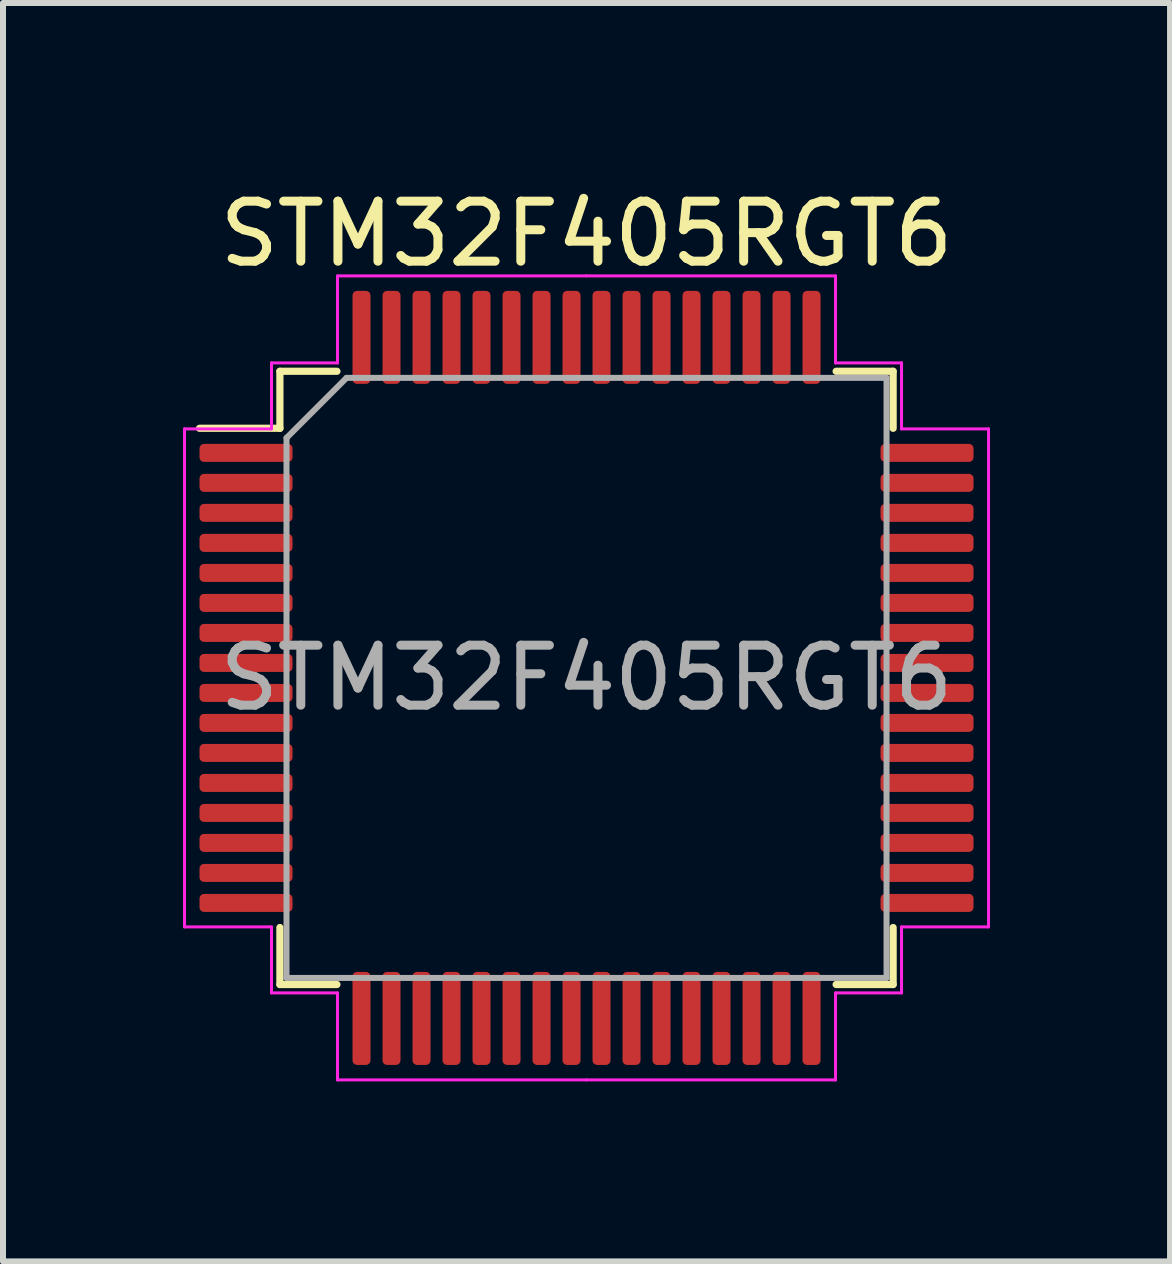
<source format=kicad_pcb>
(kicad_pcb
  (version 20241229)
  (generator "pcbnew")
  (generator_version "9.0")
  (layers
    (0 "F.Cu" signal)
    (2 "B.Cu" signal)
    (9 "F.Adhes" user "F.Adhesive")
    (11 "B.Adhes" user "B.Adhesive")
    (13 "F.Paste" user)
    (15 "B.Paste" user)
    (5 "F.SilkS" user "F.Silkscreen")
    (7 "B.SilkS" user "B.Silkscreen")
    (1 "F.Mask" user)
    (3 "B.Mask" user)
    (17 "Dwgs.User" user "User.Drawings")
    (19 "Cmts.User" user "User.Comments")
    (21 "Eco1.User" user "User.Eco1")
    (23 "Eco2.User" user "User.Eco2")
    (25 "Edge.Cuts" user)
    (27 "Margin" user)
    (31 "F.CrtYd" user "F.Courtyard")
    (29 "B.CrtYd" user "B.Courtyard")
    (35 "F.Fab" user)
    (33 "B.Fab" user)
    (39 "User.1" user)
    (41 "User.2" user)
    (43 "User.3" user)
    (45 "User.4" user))
  (footprint "STM32F405RGT6"
    (layer "F.Cu")
    (at 6.725 8.248)
    (property "Reference" "STM32F405RGT6" (at 0 -7.4 0) (layer "F.SilkS") (effects (font (size 1 1) (thickness 0.15))))
    (attr smd)
    (fp_line (start -5.11 -5.11) (end -5.11 -4.16) (stroke (width 0.12) (type solid)) (layer "F.SilkS"))
    (fp_line (start -5.11 -4.16) (end -6.45 -4.16) (stroke (width 0.12) (type solid)) (layer "F.SilkS"))
    (fp_line (start -5.11 5.11) (end -5.11 4.16) (stroke (width 0.12) (type solid)) (layer "F.SilkS"))
    (fp_line (start -4.16 -5.11) (end -5.11 -5.11) (stroke (width 0.12) (type solid)) (layer "F.SilkS"))
    (fp_line (start -4.16 5.11) (end -5.11 5.11) (stroke (width 0.12) (type solid)) (layer "F.SilkS"))
    (fp_line (start 4.16 -5.11) (end 5.11 -5.11) (stroke (width 0.12) (type solid)) (layer "F.SilkS"))
    (fp_line (start 4.16 5.11) (end 5.11 5.11) (stroke (width 0.12) (type solid)) (layer "F.SilkS"))
    (fp_line (start 5.11 -5.11) (end 5.11 -4.16) (stroke (width 0.12) (type solid)) (layer "F.SilkS"))
    (fp_line (start 5.11 5.11) (end 5.11 4.16) (stroke (width 0.12) (type solid)) (layer "F.SilkS"))
    (fp_line (start -6.7 -4.15) (end -6.7 0) (stroke (width 0.05) (type solid)) (layer "F.CrtYd"))
    (fp_line (start -6.7 4.15) (end -6.7 0) (stroke (width 0.05) (type solid)) (layer "F.CrtYd"))
    (fp_line (start -5.25 -5.25) (end -5.25 -4.15) (stroke (width 0.05) (type solid)) (layer "F.CrtYd"))
    (fp_line (start -5.25 -4.15) (end -6.7 -4.15) (stroke (width 0.05) (type solid)) (layer "F.CrtYd"))
    (fp_line (start -5.25 4.15) (end -6.7 4.15) (stroke (width 0.05) (type solid)) (layer "F.CrtYd"))
    (fp_line (start -5.25 5.25) (end -5.25 4.15) (stroke (width 0.05) (type solid)) (layer "F.CrtYd"))
    (fp_line (start -4.15 -6.7) (end -4.15 -5.25) (stroke (width 0.05) (type solid)) (layer "F.CrtYd"))
    (fp_line (start -4.15 -5.25) (end -5.25 -5.25) (stroke (width 0.05) (type solid)) (layer "F.CrtYd"))
    (fp_line (start -4.15 5.25) (end -5.25 5.25) (stroke (width 0.05) (type solid)) (layer "F.CrtYd"))
    (fp_line (start -4.15 6.7) (end -4.15 5.25) (stroke (width 0.05) (type solid)) (layer "F.CrtYd"))
    (fp_line (start 0 -6.7) (end -4.15 -6.7) (stroke (width 0.05) (type solid)) (layer "F.CrtYd"))
    (fp_line (start 0 -6.7) (end 4.15 -6.7) (stroke (width 0.05) (type solid)) (layer "F.CrtYd"))
    (fp_line (start 0 6.7) (end -4.15 6.7) (stroke (width 0.05) (type solid)) (layer "F.CrtYd"))
    (fp_line (start 0 6.7) (end 4.15 6.7) (stroke (width 0.05) (type solid)) (layer "F.CrtYd"))
    (fp_line (start 4.15 -6.7) (end 4.15 -5.25) (stroke (width 0.05) (type solid)) (layer "F.CrtYd"))
    (fp_line (start 4.15 -5.25) (end 5.25 -5.25) (stroke (width 0.05) (type solid)) (layer "F.CrtYd"))
    (fp_line (start 4.15 5.25) (end 5.25 5.25) (stroke (width 0.05) (type solid)) (layer "F.CrtYd"))
    (fp_line (start 4.15 6.7) (end 4.15 5.25) (stroke (width 0.05) (type solid)) (layer "F.CrtYd"))
    (fp_line (start 5.25 -5.25) (end 5.25 -4.15) (stroke (width 0.05) (type solid)) (layer "F.CrtYd"))
    (fp_line (start 5.25 -4.15) (end 6.7 -4.15) (stroke (width 0.05) (type solid)) (layer "F.CrtYd"))
    (fp_line (start 5.25 4.15) (end 6.7 4.15) (stroke (width 0.05) (type solid)) (layer "F.CrtYd"))
    (fp_line (start 5.25 5.25) (end 5.25 4.15) (stroke (width 0.05) (type solid)) (layer "F.CrtYd"))
    (fp_line (start 6.7 -4.15) (end 6.7 0) (stroke (width 0.05) (type solid)) (layer "F.CrtYd"))
    (fp_line (start 6.7 4.15) (end 6.7 0) (stroke (width 0.05) (type solid)) (layer "F.CrtYd"))
    (fp_line (start -5 -4) (end -4 -5) (stroke (width 0.1) (type solid)) (layer "F.Fab"))
    (fp_line (start -5 5) (end -5 -4) (stroke (width 0.1) (type solid)) (layer "F.Fab"))
    (fp_line (start -4 -5) (end 5 -5) (stroke (width 0.1) (type solid)) (layer "F.Fab"))
    (fp_line (start 5 -5) (end 5 5) (stroke (width 0.1) (type solid)) (layer "F.Fab"))
    (fp_line (start 5 5) (end -5 5) (stroke (width 0.1) (type solid)) (layer "F.Fab"))
    (fp_text user "${REFERENCE}" (at 0 0 0) (layer "F.Fab") (effects (font (size 1 1) (thickness 0.15))))
    (pad "1" smd roundrect (at -5.675 -3.75) (size 1.55 0.3) (layers "F.Cu" "F.Mask" "F.Paste") (roundrect_rratio 0.25))
    (pad "2" smd roundrect (at -5.675 -3.25) (size 1.55 0.3) (layers "F.Cu" "F.Mask" "F.Paste") (roundrect_rratio 0.25))
    (pad "3" smd roundrect (at -5.675 -2.75) (size 1.55 0.3) (layers "F.Cu" "F.Mask" "F.Paste") (roundrect_rratio 0.25))
    (pad "4" smd roundrect (at -5.675 -2.25) (size 1.55 0.3) (layers "F.Cu" "F.Mask" "F.Paste") (roundrect_rratio 0.25))
    (pad "5" smd roundrect (at -5.675 -1.75) (size 1.55 0.3) (layers "F.Cu" "F.Mask" "F.Paste") (roundrect_rratio 0.25))
    (pad "6" smd roundrect (at -5.675 -1.25) (size 1.55 0.3) (layers "F.Cu" "F.Mask" "F.Paste") (roundrect_rratio 0.25))
    (pad "7" smd roundrect (at -5.675 -0.75) (size 1.55 0.3) (layers "F.Cu" "F.Mask" "F.Paste") (roundrect_rratio 0.25))
    (pad "8" smd roundrect (at -5.675 -0.25) (size 1.55 0.3) (layers "F.Cu" "F.Mask" "F.Paste") (roundrect_rratio 0.25))
    (pad "9" smd roundrect (at -5.675 0.25) (size 1.55 0.3) (layers "F.Cu" "F.Mask" "F.Paste") (roundrect_rratio 0.25))
    (pad "10" smd roundrect (at -5.675 0.75) (size 1.55 0.3) (layers "F.Cu" "F.Mask" "F.Paste") (roundrect_rratio 0.25))
    (pad "11" smd roundrect (at -5.675 1.25) (size 1.55 0.3) (layers "F.Cu" "F.Mask" "F.Paste") (roundrect_rratio 0.25))
    (pad "12" smd roundrect (at -5.675 1.75) (size 1.55 0.3) (layers "F.Cu" "F.Mask" "F.Paste") (roundrect_rratio 0.25))
    (pad "13" smd roundrect (at -5.675 2.25) (size 1.55 0.3) (layers "F.Cu" "F.Mask" "F.Paste") (roundrect_rratio 0.25))
    (pad "14" smd roundrect (at -5.675 2.75) (size 1.55 0.3) (layers "F.Cu" "F.Mask" "F.Paste") (roundrect_rratio 0.25))
    (pad "15" smd roundrect (at -5.675 3.25) (size 1.55 0.3) (layers "F.Cu" "F.Mask" "F.Paste") (roundrect_rratio 0.25))
    (pad "16" smd roundrect (at -5.675 3.75) (size 1.55 0.3) (layers "F.Cu" "F.Mask" "F.Paste") (roundrect_rratio 0.25))
    (pad "17" smd roundrect (at -3.75 5.675) (size 0.3 1.55) (layers "F.Cu" "F.Mask" "F.Paste") (roundrect_rratio 0.25))
    (pad "18" smd roundrect (at -3.25 5.675) (size 0.3 1.55) (layers "F.Cu" "F.Mask" "F.Paste") (roundrect_rratio 0.25))
    (pad "19" smd roundrect (at -2.75 5.675) (size 0.3 1.55) (layers "F.Cu" "F.Mask" "F.Paste") (roundrect_rratio 0.25))
    (pad "20" smd roundrect (at -2.25 5.675) (size 0.3 1.55) (layers "F.Cu" "F.Mask" "F.Paste") (roundrect_rratio 0.25))
    (pad "21" smd roundrect (at -1.75 5.675) (size 0.3 1.55) (layers "F.Cu" "F.Mask" "F.Paste") (roundrect_rratio 0.25))
    (pad "22" smd roundrect (at -1.25 5.675) (size 0.3 1.55) (layers "F.Cu" "F.Mask" "F.Paste") (roundrect_rratio 0.25))
    (pad "23" smd roundrect (at -0.75 5.675) (size 0.3 1.55) (layers "F.Cu" "F.Mask" "F.Paste") (roundrect_rratio 0.25))
    (pad "24" smd roundrect (at -0.25 5.675) (size 0.3 1.55) (layers "F.Cu" "F.Mask" "F.Paste") (roundrect_rratio 0.25))
    (pad "25" smd roundrect (at 0.25 5.675) (size 0.3 1.55) (layers "F.Cu" "F.Mask" "F.Paste") (roundrect_rratio 0.25))
    (pad "26" smd roundrect (at 0.75 5.675) (size 0.3 1.55) (layers "F.Cu" "F.Mask" "F.Paste") (roundrect_rratio 0.25))
    (pad "27" smd roundrect (at 1.25 5.675) (size 0.3 1.55) (layers "F.Cu" "F.Mask" "F.Paste") (roundrect_rratio 0.25))
    (pad "28" smd roundrect (at 1.75 5.675) (size 0.3 1.55) (layers "F.Cu" "F.Mask" "F.Paste") (roundrect_rratio 0.25))
    (pad "29" smd roundrect (at 2.25 5.675) (size 0.3 1.55) (layers "F.Cu" "F.Mask" "F.Paste") (roundrect_rratio 0.25))
    (pad "30" smd roundrect (at 2.75 5.675) (size 0.3 1.55) (layers "F.Cu" "F.Mask" "F.Paste") (roundrect_rratio 0.25))
    (pad "31" smd roundrect (at 3.25 5.675) (size 0.3 1.55) (layers "F.Cu" "F.Mask" "F.Paste") (roundrect_rratio 0.25))
    (pad "32" smd roundrect (at 3.75 5.675) (size 0.3 1.55) (layers "F.Cu" "F.Mask" "F.Paste") (roundrect_rratio 0.25))
    (pad "33" smd roundrect (at 5.675 3.75) (size 1.55 0.3) (layers "F.Cu" "F.Mask" "F.Paste") (roundrect_rratio 0.25))
    (pad "34" smd roundrect (at 5.675 3.25) (size 1.55 0.3) (layers "F.Cu" "F.Mask" "F.Paste") (roundrect_rratio 0.25))
    (pad "35" smd roundrect (at 5.675 2.75) (size 1.55 0.3) (layers "F.Cu" "F.Mask" "F.Paste") (roundrect_rratio 0.25))
    (pad "36" smd roundrect (at 5.675 2.25) (size 1.55 0.3) (layers "F.Cu" "F.Mask" "F.Paste") (roundrect_rratio 0.25))
    (pad "37" smd roundrect (at 5.675 1.75) (size 1.55 0.3) (layers "F.Cu" "F.Mask" "F.Paste") (roundrect_rratio 0.25))
    (pad "38" smd roundrect (at 5.675 1.25) (size 1.55 0.3) (layers "F.Cu" "F.Mask" "F.Paste") (roundrect_rratio 0.25))
    (pad "39" smd roundrect (at 5.675 0.75) (size 1.55 0.3) (layers "F.Cu" "F.Mask" "F.Paste") (roundrect_rratio 0.25))
    (pad "40" smd roundrect (at 5.675 0.25) (size 1.55 0.3) (layers "F.Cu" "F.Mask" "F.Paste") (roundrect_rratio 0.25))
    (pad "41" smd roundrect (at 5.675 -0.25) (size 1.55 0.3) (layers "F.Cu" "F.Mask" "F.Paste") (roundrect_rratio 0.25))
    (pad "42" smd roundrect (at 5.675 -0.75) (size 1.55 0.3) (layers "F.Cu" "F.Mask" "F.Paste") (roundrect_rratio 0.25))
    (pad "43" smd roundrect (at 5.675 -1.25) (size 1.55 0.3) (layers "F.Cu" "F.Mask" "F.Paste") (roundrect_rratio 0.25))
    (pad "44" smd roundrect (at 5.675 -1.75) (size 1.55 0.3) (layers "F.Cu" "F.Mask" "F.Paste") (roundrect_rratio 0.25))
    (pad "45" smd roundrect (at 5.675 -2.25) (size 1.55 0.3) (layers "F.Cu" "F.Mask" "F.Paste") (roundrect_rratio 0.25))
    (pad "46" smd roundrect (at 5.675 -2.75) (size 1.55 0.3) (layers "F.Cu" "F.Mask" "F.Paste") (roundrect_rratio 0.25))
    (pad "47" smd roundrect (at 5.675 -3.25) (size 1.55 0.3) (layers "F.Cu" "F.Mask" "F.Paste") (roundrect_rratio 0.25))
    (pad "48" smd roundrect (at 5.675 -3.75) (size 1.55 0.3) (layers "F.Cu" "F.Mask" "F.Paste") (roundrect_rratio 0.25))
    (pad "49" smd roundrect (at 3.75 -5.675) (size 0.3 1.55) (layers "F.Cu" "F.Mask" "F.Paste") (roundrect_rratio 0.25))
    (pad "50" smd roundrect (at 3.25 -5.675) (size 0.3 1.55) (layers "F.Cu" "F.Mask" "F.Paste") (roundrect_rratio 0.25))
    (pad "51" smd roundrect (at 2.75 -5.675) (size 0.3 1.55) (layers "F.Cu" "F.Mask" "F.Paste") (roundrect_rratio 0.25))
    (pad "52" smd roundrect (at 2.25 -5.675) (size 0.3 1.55) (layers "F.Cu" "F.Mask" "F.Paste") (roundrect_rratio 0.25))
    (pad "53" smd roundrect (at 1.75 -5.675) (size 0.3 1.55) (layers "F.Cu" "F.Mask" "F.Paste") (roundrect_rratio 0.25))
    (pad "54" smd roundrect (at 1.25 -5.675) (size 0.3 1.55) (layers "F.Cu" "F.Mask" "F.Paste") (roundrect_rratio 0.25))
    (pad "55" smd roundrect (at 0.75 -5.675) (size 0.3 1.55) (layers "F.Cu" "F.Mask" "F.Paste") (roundrect_rratio 0.25))
    (pad "56" smd roundrect (at 0.25 -5.675) (size 0.3 1.55) (layers "F.Cu" "F.Mask" "F.Paste") (roundrect_rratio 0.25))
    (pad "57" smd roundrect (at -0.25 -5.675) (size 0.3 1.55) (layers "F.Cu" "F.Mask" "F.Paste") (roundrect_rratio 0.25))
    (pad "58" smd roundrect (at -0.75 -5.675) (size 0.3 1.55) (layers "F.Cu" "F.Mask" "F.Paste") (roundrect_rratio 0.25))
    (pad "59" smd roundrect (at -1.25 -5.675) (size 0.3 1.55) (layers "F.Cu" "F.Mask" "F.Paste") (roundrect_rratio 0.25))
    (pad "60" smd roundrect (at -1.75 -5.675) (size 0.3 1.55) (layers "F.Cu" "F.Mask" "F.Paste") (roundrect_rratio 0.25))
    (pad "61" smd roundrect (at -2.25 -5.675) (size 0.3 1.55) (layers "F.Cu" "F.Mask" "F.Paste") (roundrect_rratio 0.25))
    (pad "62" smd roundrect (at -2.75 -5.675) (size 0.3 1.55) (layers "F.Cu" "F.Mask" "F.Paste") (roundrect_rratio 0.25))
    (pad "63" smd roundrect (at -3.25 -5.675) (size 0.3 1.55) (layers "F.Cu" "F.Mask" "F.Paste") (roundrect_rratio 0.25))
    (pad "64" smd roundrect (at -3.75 -5.675) (size 0.3 1.55) (layers "F.Cu" "F.Mask" "F.Paste") (roundrect_rratio 0.25)))
  (gr_rect
    (start -3 -3)
    (end 16.45 17.973)
    (stroke (width 0.1) (type default))
    (fill no)
    (layer "Edge.Cuts")))
</source>
